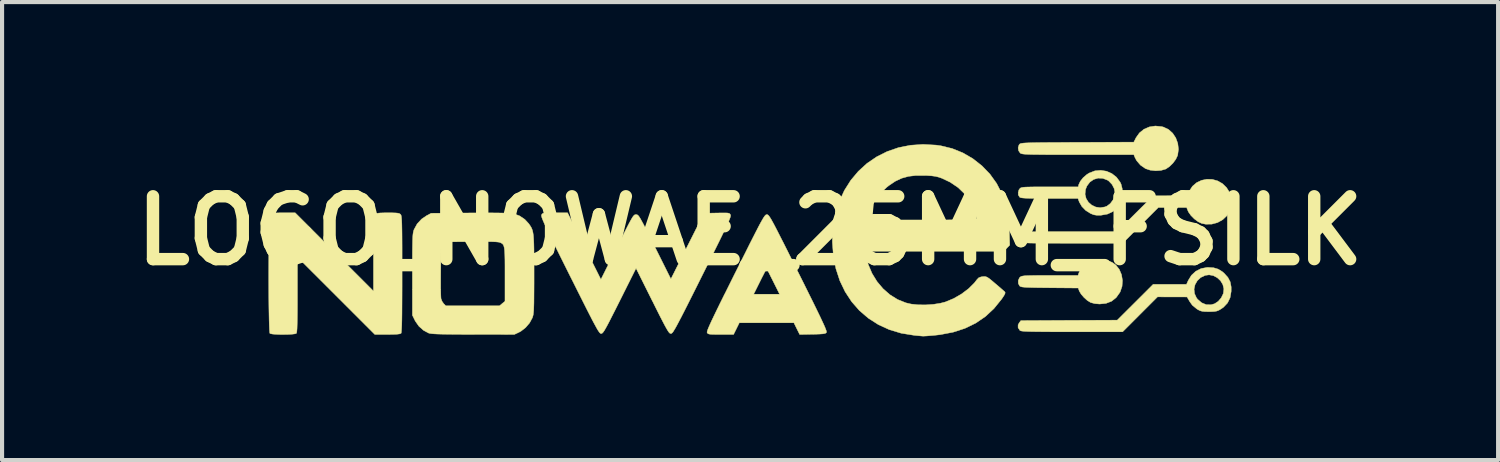
<source format=kicad_pcb>
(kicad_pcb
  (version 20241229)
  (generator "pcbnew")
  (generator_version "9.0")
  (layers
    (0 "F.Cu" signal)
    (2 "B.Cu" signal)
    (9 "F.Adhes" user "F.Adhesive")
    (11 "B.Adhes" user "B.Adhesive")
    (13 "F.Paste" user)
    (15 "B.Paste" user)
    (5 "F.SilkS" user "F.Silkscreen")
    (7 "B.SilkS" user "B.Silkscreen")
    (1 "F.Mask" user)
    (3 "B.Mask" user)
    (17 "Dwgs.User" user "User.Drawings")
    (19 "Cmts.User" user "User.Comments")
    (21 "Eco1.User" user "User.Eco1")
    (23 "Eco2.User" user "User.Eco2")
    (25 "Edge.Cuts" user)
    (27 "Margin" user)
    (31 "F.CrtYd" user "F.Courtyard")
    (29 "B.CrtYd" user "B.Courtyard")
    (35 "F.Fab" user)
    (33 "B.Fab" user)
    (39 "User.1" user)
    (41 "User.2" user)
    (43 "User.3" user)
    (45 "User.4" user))
  (footprint "LOGO_NOWAE_25MM_FSILK"
    (layer "F.Cu")
    (at 15.138 2.544)
    (property "Reference" "LOGO_NOWAE_25MM_FSILK" (at 0 0 0) (layer "F.SilkS") (effects (font (size 1.524 1.524) (thickness 0.3))))
    (attr through_hole)
    (fp_poly (pts (xy 8.651 0.718) (xy 8.777 0.767) (xy 8.868 0.831) (xy 8.952 0.937) (xy 9.007 1.066) (xy 9.03 1.207) (xy 9.02 1.349) (xy 8.975 1.482) (xy 8.967 1.496) (xy 8.878 1.621) (xy 8.767 1.71) (xy 8.632 1.762) (xy 8.476 1.778) (xy 8.359 1.768) (xy 8.261 1.742) (xy 8.253 1.738) (xy 8.176 1.69) (xy 8.097 1.619) (xy 8.028 1.539) (xy 7.983 1.464) (xy 7.979 1.452) (xy 7.957 1.39) (xy 7.265 1.384) (xy 7.072 1.382) (xy 6.917 1.38) (xy 6.796 1.377) (xy 6.705 1.374) (xy 6.639 1.369) (xy 6.594 1.364) (xy 6.564 1.356) (xy 6.545 1.347) (xy 6.537 1.34) (xy 6.505 1.281) (xy 6.503 1.21) (xy 6.53 1.145) (xy 6.549 1.125) (xy 6.566 1.113) (xy 6.588 1.104) (xy 6.621 1.098) (xy 6.668 1.092) (xy 6.736 1.089) (xy 6.828 1.087) (xy 6.95 1.085) (xy 7.106 1.085) (xy 7.275 1.085) (xy 7.952 1.085) (xy 7.977 1.014) (xy 8.021 0.935) (xy 8.092 0.853) (xy 8.177 0.78) (xy 8.253 0.735) (xy 8.376 0.7) (xy 8.512 0.695) (xy 8.651 0.718)) (stroke (width 0.01) (type solid)) (fill yes) (layer "F.SilkS"))
    (fp_poly (pts (xy 9.98 -2.524) (xy 10.024 -2.513) (xy 10.146 -2.455) (xy 10.247 -2.365) (xy 10.323 -2.25) (xy 10.371 -2.118) (xy 10.388 -1.976) (xy 10.369 -1.833) (xy 10.364 -1.818) (xy 10.322 -1.73) (xy 10.254 -1.638) (xy 10.17 -1.556) (xy 10.085 -1.498) (xy 10.076 -1.494) (xy 9.964 -1.462) (xy 9.833 -1.453) (xy 9.703 -1.468) (xy 9.59 -1.505) (xy 9.585 -1.508) (xy 9.467 -1.59) (xy 9.374 -1.698) (xy 9.334 -1.773) (xy 9.305 -1.844) (xy 7.952 -1.844) (xy 7.675 -1.844) (xy 7.439 -1.844) (xy 7.24 -1.844) (xy 7.074 -1.845) (xy 6.938 -1.847) (xy 6.83 -1.848) (xy 6.745 -1.851) (xy 6.68 -1.854) (xy 6.633 -1.858) (xy 6.599 -1.863) (xy 6.576 -1.869) (xy 6.56 -1.876) (xy 6.549 -1.884) (xy 6.511 -1.94) (xy 6.5 -2.01) (xy 6.52 -2.077) (xy 6.537 -2.1) (xy 6.547 -2.107) (xy 6.564 -2.114) (xy 6.59 -2.119) (xy 6.629 -2.124) (xy 6.684 -2.128) (xy 6.758 -2.131) (xy 6.854 -2.134) (xy 6.976 -2.136) (xy 7.127 -2.138) (xy 7.31 -2.139) (xy 7.529 -2.14) (xy 7.785 -2.142) (xy 7.939 -2.142) (xy 9.305 -2.148) (xy 9.359 -2.255) (xy 9.442 -2.372) (xy 9.552 -2.461) (xy 9.683 -2.517) (xy 9.827 -2.539) (xy 9.98 -2.524)) (stroke (width 0.01) (type solid)) (fill yes) (layer "F.SilkS"))
    (fp_poly (pts (xy 11.209 -1.244) (xy 11.337 -1.208) (xy 11.454 -1.142) (xy 11.553 -1.046) (xy 11.61 -0.956) (xy 11.652 -0.838) (xy 11.671 -0.707) (xy 11.664 -0.58) (xy 11.64 -0.491) (xy 11.565 -0.366) (xy 11.461 -0.267) (xy 11.335 -0.197) (xy 11.194 -0.159) (xy 11.046 -0.158) (xy 10.949 -0.178) (xy 10.864 -0.218) (xy 10.773 -0.286) (xy 10.692 -0.367) (xy 10.633 -0.45) (xy 10.62 -0.477) (xy 10.585 -0.564) (xy 9.901 -0.564) (xy 9.468 -0.13) (xy 9.035 0.304) (xy 7.807 0.304) (xy 7.545 0.304) (xy 7.323 0.303) (xy 7.138 0.303) (xy 6.986 0.302) (xy 6.863 0.301) (xy 6.767 0.299) (xy 6.693 0.296) (xy 6.639 0.293) (xy 6.601 0.288) (xy 6.575 0.282) (xy 6.558 0.275) (xy 6.547 0.267) (xy 6.54 0.26) (xy 6.508 0.201) (xy 6.502 0.133) (xy 6.52 0.074) (xy 6.54 0.051) (xy 6.556 0.044) (xy 6.587 0.039) (xy 6.636 0.034) (xy 6.706 0.03) (xy 6.801 0.027) (xy 6.922 0.025) (xy 7.075 0.024) (xy 7.261 0.022) (xy 7.485 0.022) (xy 7.742 0.022) (xy 8.903 0.022) (xy 9.338 -0.412) (xy 9.774 -0.846) (xy 10.185 -0.847) (xy 10.596 -0.848) (xy 10.65 -0.961) (xy 10.728 -1.079) (xy 10.83 -1.166) (xy 10.949 -1.222) (xy 11.078 -1.248) (xy 11.209 -1.244)) (stroke (width 0.01) (type solid)) (fill yes) (layer "F.SilkS"))
    (fp_poly (pts (xy 8.644 -1.442) (xy 8.773 -1.385) (xy 8.885 -1.297) (xy 8.971 -1.181) (xy 8.996 -1.13) (xy 9.023 -1.024) (xy 9.029 -0.901) (xy 9.014 -0.779) (xy 8.987 -0.694) (xy 8.908 -0.563) (xy 8.801 -0.466) (xy 8.667 -0.403) (xy 8.509 -0.375) (xy 8.503 -0.374) (xy 8.409 -0.374) (xy 8.335 -0.386) (xy 8.259 -0.416) (xy 8.253 -0.419) (xy 8.138 -0.492) (xy 8.045 -0.588) (xy 7.982 -0.697) (xy 7.98 -0.704) (xy 7.952 -0.781) (xy 7.266 -0.781) (xy 7.066 -0.781) (xy 6.905 -0.782) (xy 6.78 -0.785) (xy 6.685 -0.788) (xy 6.617 -0.793) (xy 6.572 -0.799) (xy 6.546 -0.807) (xy 6.54 -0.81) (xy 6.509 -0.857) (xy 6.506 -0.884) (xy 8.123 -0.884) (xy 8.149 -0.78) (xy 8.205 -0.69) (xy 8.285 -0.62) (xy 8.382 -0.574) (xy 8.49 -0.558) (xy 8.602 -0.576) (xy 8.655 -0.597) (xy 8.737 -0.66) (xy 8.803 -0.75) (xy 8.842 -0.852) (xy 8.85 -0.914) (xy 8.83 -1.02) (xy 8.778 -1.121) (xy 8.7 -1.203) (xy 8.667 -1.226) (xy 8.553 -1.27) (xy 8.439 -1.275) (xy 8.332 -1.243) (xy 8.239 -1.178) (xy 8.168 -1.084) (xy 8.134 -0.997) (xy 8.123 -0.884) (xy 6.506 -0.884) (xy 6.501 -0.923) (xy 6.519 -0.989) (xy 6.54 -1.019) (xy 6.552 -1.031) (xy 6.569 -1.041) (xy 6.594 -1.048) (xy 6.633 -1.054) (xy 6.69 -1.058) (xy 6.769 -1.06) (xy 6.876 -1.062) (xy 7.016 -1.063) (xy 7.192 -1.063) (xy 7.267 -1.063) (xy 7.956 -1.063) (xy 7.968 -1.113) (xy 8.007 -1.197) (xy 8.075 -1.283) (xy 8.163 -1.36) (xy 8.223 -1.398) (xy 8.361 -1.451) (xy 8.504 -1.464) (xy 8.644 -1.442)) (stroke (width 0.01) (type solid)) (fill yes) (layer "F.SilkS"))
    (fp_poly (pts (xy 11.241 0.899) (xy 11.351 0.932) (xy 11.449 0.992) (xy 11.498 1.034) (xy 11.588 1.135) (xy 11.643 1.241) (xy 11.666 1.364) (xy 11.666 1.471) (xy 11.64 1.624) (xy 11.578 1.752) (xy 11.48 1.856) (xy 11.421 1.897) (xy 11.365 1.93) (xy 11.315 1.949) (xy 11.257 1.959) (xy 11.178 1.963) (xy 11.127 1.963) (xy 11.032 1.962) (xy 10.966 1.955) (xy 10.914 1.941) (xy 10.862 1.915) (xy 10.833 1.897) (xy 10.724 1.807) (xy 10.661 1.719) (xy 10.596 1.607) (xy 9.88 1.605) (xy 9.457 2.028) (xy 9.035 2.451) (xy 7.805 2.451) (xy 7.539 2.451) (xy 7.314 2.451) (xy 7.125 2.45) (xy 6.969 2.448) (xy 6.844 2.447) (xy 6.746 2.444) (xy 6.671 2.441) (xy 6.617 2.437) (xy 6.58 2.432) (xy 6.557 2.426) (xy 6.544 2.42) (xy 6.543 2.418) (xy 6.499 2.352) (xy 6.499 2.284) (xy 6.524 2.237) (xy 6.566 2.18) (xy 7.735 2.174) (xy 8.903 2.169) (xy 9.339 1.735) (xy 9.658 1.417) (xy 10.766 1.417) (xy 10.778 1.526) (xy 10.826 1.63) (xy 10.852 1.663) (xy 10.951 1.748) (xy 11.06 1.793) (xy 11.177 1.796) (xy 11.265 1.771) (xy 11.351 1.714) (xy 11.425 1.628) (xy 11.475 1.525) (xy 11.477 1.517) (xy 11.489 1.41) (xy 11.464 1.307) (xy 11.409 1.215) (xy 11.33 1.141) (xy 11.235 1.09) (xy 11.131 1.07) (xy 11.037 1.083) (xy 10.927 1.135) (xy 10.844 1.214) (xy 10.789 1.311) (xy 10.766 1.417) (xy 9.658 1.417) (xy 9.774 1.301) (xy 10.583 1.301) (xy 10.624 1.209) (xy 10.702 1.082) (xy 10.809 0.983) (xy 10.938 0.918) (xy 11.081 0.891) (xy 11.106 0.89) (xy 11.241 0.899)) (stroke (width 0.01) (type solid)) (fill yes) (layer "F.SilkS"))
    (fp_poly (pts (xy 0.419 -0.389) (xy 0.431 -0.384) (xy 0.446 -0.371) (xy 0.464 -0.349) (xy 0.487 -0.315) (xy 0.517 -0.266) (xy 0.554 -0.199) (xy 0.6 -0.113) (xy 0.657 -0.003) (xy 0.725 0.131) (xy 0.808 0.293) (xy 0.905 0.486) (xy 1.018 0.713) (xy 1.149 0.975) (xy 1.171 1.019) (xy 1.309 1.294) (xy 1.427 1.533) (xy 1.529 1.738) (xy 1.614 1.912) (xy 1.684 2.056) (xy 1.74 2.175) (xy 1.784 2.269) (xy 1.816 2.342) (xy 1.837 2.396) (xy 1.85 2.433) (xy 1.854 2.457) (xy 1.852 2.467) (xy 1.837 2.483) (xy 1.811 2.493) (xy 1.766 2.501) (xy 1.695 2.506) (xy 1.592 2.51) (xy 1.516 2.511) (xy 1.203 2.517) (xy 1.133 2.376) (xy 1.063 2.234) (xy -0.261 2.234) (xy -0.33 2.375) (xy -0.4 2.516) (xy -0.709 2.516) (xy -0.831 2.516) (xy -0.917 2.514) (xy -0.974 2.51) (xy -1.009 2.502) (xy -1.029 2.49) (xy -1.041 2.473) (xy -1.043 2.46) (xy -1.038 2.436) (xy -1.026 2.399) (xy -1.005 2.346) (xy -0.973 2.274) (xy -0.931 2.182) (xy -0.876 2.067) (xy -0.808 1.926) (xy -0.725 1.756) (xy -0.626 1.556) (xy -0.617 1.54) (xy 0.087 1.54) (xy 0.716 1.54) (xy 0.562 1.231) (xy 0.509 1.126) (xy 0.464 1.036) (xy 0.429 0.967) (xy 0.408 0.926) (xy 0.403 0.917) (xy 0.393 0.934) (xy 0.367 0.984) (xy 0.328 1.059) (xy 0.279 1.154) (xy 0.243 1.227) (xy 0.087 1.54) (xy -0.617 1.54) (xy -0.509 1.323) (xy -0.375 1.053) (xy -0.358 1.02) (xy -0.224 0.752) (xy -0.108 0.521) (xy -0.009 0.322) (xy 0.076 0.155) (xy 0.147 0.016) (xy 0.205 -0.097) (xy 0.253 -0.187) (xy 0.292 -0.256) (xy 0.322 -0.308) (xy 0.346 -0.344) (xy 0.365 -0.368) (xy 0.38 -0.382) (xy 0.393 -0.389) (xy 0.405 -0.39) (xy 0.407 -0.39) (xy 0.419 -0.389)) (stroke (width 0.01) (type solid)) (fill yes) (layer "F.SilkS"))
    (fp_poly (pts (xy -10.081 0.515) (xy -9.132 1.464) (xy -9.132 0.551) (xy -9.132 0.327) (xy -9.131 0.143) (xy -9.131 -0.006) (xy -9.129 -0.123) (xy -9.127 -0.213) (xy -9.123 -0.28) (xy -9.119 -0.327) (xy -9.113 -0.359) (xy -9.106 -0.38) (xy -9.097 -0.393) (xy -9.092 -0.398) (xy -9.067 -0.413) (xy -9.029 -0.424) (xy -8.968 -0.43) (xy -8.878 -0.433) (xy -8.781 -0.434) (xy -8.665 -0.433) (xy -8.585 -0.43) (xy -8.532 -0.424) (xy -8.499 -0.414) (xy -8.477 -0.398) (xy -8.474 -0.394) (xy -8.466 -0.383) (xy -8.46 -0.366) (xy -8.455 -0.338) (xy -8.451 -0.297) (xy -8.447 -0.24) (xy -8.444 -0.164) (xy -8.442 -0.065) (xy -8.44 0.06) (xy -8.439 0.213) (xy -8.438 0.398) (xy -8.438 0.619) (xy -8.438 0.878) (xy -8.438 1.055) (xy -8.438 1.355) (xy -8.439 1.613) (xy -8.44 1.834) (xy -8.441 2.017) (xy -8.443 2.167) (xy -8.446 2.286) (xy -8.45 2.375) (xy -8.454 2.437) (xy -8.458 2.475) (xy -8.464 2.49) (xy -8.496 2.502) (xy -8.567 2.511) (xy -8.678 2.515) (xy -8.794 2.516) (xy -9.099 2.516) (xy -10.037 1.578) (xy -10.976 0.64) (xy -10.976 1.552) (xy -10.976 1.792) (xy -10.977 1.991) (xy -10.979 2.152) (xy -10.982 2.279) (xy -10.985 2.373) (xy -10.99 2.438) (xy -10.996 2.477) (xy -11.002 2.49) (xy -11.034 2.501) (xy -11.1 2.509) (xy -11.189 2.515) (xy -11.291 2.517) (xy -11.396 2.517) (xy -11.494 2.513) (xy -11.575 2.507) (xy -11.629 2.497) (xy -11.644 2.49) (xy -11.649 2.463) (xy -11.654 2.398) (xy -11.658 2.298) (xy -11.662 2.167) (xy -11.665 2.011) (xy -11.668 1.834) (xy -11.67 1.64) (xy -11.671 1.433) (xy -11.672 1.219) (xy -11.672 1) (xy -11.671 0.783) (xy -11.67 0.571) (xy -11.669 0.368) (xy -11.667 0.18) (xy -11.664 0.01) (xy -11.661 -0.137) (xy -11.657 -0.256) (xy -11.652 -0.344) (xy -11.647 -0.396) (xy -11.644 -0.408) (xy -11.61 -0.42) (xy -11.537 -0.429) (xy -11.424 -0.433) (xy -11.324 -0.434) (xy -11.03 -0.434) (xy -10.081 0.515)) (stroke (width 0.01) (type solid)) (fill yes) (layer "F.SilkS"))
    (fp_poly (pts (xy -6.093 -0.43) (xy -5.943 -0.427) (xy -5.832 -0.423) (xy -5.758 -0.417) (xy -5.734 -0.413) (xy -5.592 -0.361) (xy -5.463 -0.275) (xy -5.365 -0.169) (xy -5.336 -0.127) (xy -5.312 -0.089) (xy -5.292 -0.049) (xy -5.276 -0.004) (xy -5.264 0.05) (xy -5.254 0.119) (xy -5.248 0.205) (xy -5.243 0.314) (xy -5.24 0.449) (xy -5.239 0.616) (xy -5.238 0.817) (xy -5.238 1.052) (xy -5.238 1.282) (xy -5.239 1.473) (xy -5.24 1.629) (xy -5.241 1.754) (xy -5.244 1.853) (xy -5.247 1.93) (xy -5.252 1.988) (xy -5.257 2.033) (xy -5.265 2.067) (xy -5.274 2.097) (xy -5.28 2.114) (xy -5.346 2.236) (xy -5.443 2.349) (xy -5.557 2.438) (xy -5.607 2.465) (xy -5.716 2.516) (xy -6.713 2.514) (xy -6.958 2.514) (xy -7.163 2.513) (xy -7.332 2.511) (xy -7.468 2.509) (xy -7.576 2.506) (xy -7.658 2.502) (xy -7.72 2.497) (xy -7.763 2.491) (xy -7.793 2.483) (xy -7.796 2.482) (xy -7.919 2.416) (xy -8.03 2.317) (xy -8.116 2.195) (xy -8.127 2.174) (xy -8.188 2.05) (xy -8.188 1.29) (xy -7.502 1.29) (xy -7.502 1.422) (xy -7.5 1.529) (xy -7.497 1.606) (xy -7.494 1.646) (xy -7.468 1.714) (xy -7.429 1.77) (xy -7.377 1.822) (xy -6.077 1.822) (xy -6.01 1.766) (xy -5.943 1.71) (xy -5.943 1.055) (xy -5.943 0.859) (xy -5.944 0.703) (xy -5.947 0.58) (xy -5.952 0.487) (xy -5.96 0.418) (xy -5.972 0.37) (xy -5.988 0.336) (xy -6.01 0.314) (xy -6.038 0.297) (xy -6.069 0.284) (xy -6.105 0.276) (xy -6.172 0.27) (xy -6.271 0.266) (xy -6.406 0.264) (xy -6.579 0.263) (xy -6.752 0.265) (xy -7.374 0.271) (xy -7.494 0.391) (xy -7.501 0.982) (xy -7.502 1.142) (xy -7.502 1.29) (xy -8.188 1.29) (xy -8.188 1.063) (xy -8.188 0.829) (xy -8.188 0.633) (xy -8.187 0.473) (xy -8.185 0.345) (xy -8.183 0.242) (xy -8.18 0.163) (xy -8.176 0.102) (xy -8.17 0.056) (xy -8.163 0.02) (xy -8.155 -0.009) (xy -8.147 -0.03) (xy -8.073 -0.165) (xy -7.965 -0.282) (xy -7.843 -0.365) (xy -7.733 -0.423) (xy -6.789 -0.43) (xy -6.515 -0.432) (xy -6.284 -0.432) (xy -6.093 -0.43)) (stroke (width 0.01) (type solid)) (fill yes) (layer "F.SilkS"))
    (fp_poly (pts (xy -3.617 1.182) (xy -3.224 0.396) (xy -3.126 0.201) (xy -3.046 0.041) (xy -2.981 -0.087) (xy -2.929 -0.187) (xy -2.888 -0.262) (xy -2.857 -0.316) (xy -2.832 -0.352) (xy -2.812 -0.374) (xy -2.795 -0.386) (xy -2.78 -0.39) (xy -2.765 -0.39) (xy -2.749 -0.39) (xy -2.733 -0.384) (xy -2.716 -0.372) (xy -2.695 -0.347) (xy -2.67 -0.309) (xy -2.637 -0.251) (xy -2.594 -0.172) (xy -2.54 -0.068) (xy -2.473 0.066) (xy -2.389 0.232) (xy -2.31 0.39) (xy -1.92 1.171) (xy -1.117 -0.423) (xy -0.808 -0.429) (xy -0.686 -0.431) (xy -0.601 -0.431) (xy -0.545 -0.429) (xy -0.511 -0.422) (xy -0.492 -0.411) (xy -0.48 -0.394) (xy -0.475 -0.384) (xy -0.472 -0.371) (xy -0.474 -0.35) (xy -0.482 -0.32) (xy -0.498 -0.278) (xy -0.522 -0.221) (xy -0.555 -0.145) (xy -0.6 -0.05) (xy -0.657 0.069) (xy -0.727 0.213) (xy -0.812 0.385) (xy -0.913 0.588) (xy -1.031 0.825) (xy -1.159 1.081) (xy -1.293 1.35) (xy -1.41 1.583) (xy -1.51 1.782) (xy -1.595 1.95) (xy -1.667 2.09) (xy -1.726 2.203) (xy -1.774 2.294) (xy -1.813 2.364) (xy -1.844 2.415) (xy -1.867 2.452) (xy -1.886 2.475) (xy -1.901 2.488) (xy -1.913 2.494) (xy -1.92 2.494) (xy -1.934 2.492) (xy -1.951 2.482) (xy -1.97 2.461) (xy -1.994 2.426) (xy -2.026 2.372) (xy -2.067 2.298) (xy -2.119 2.199) (xy -2.185 2.071) (xy -2.265 1.912) (xy -2.362 1.717) (xy -2.37 1.703) (xy -2.765 0.911) (xy -3.161 1.703) (xy -3.26 1.9) (xy -3.342 2.061) (xy -3.408 2.191) (xy -3.461 2.292) (xy -3.503 2.368) (xy -3.535 2.423) (xy -3.56 2.459) (xy -3.58 2.481) (xy -3.596 2.492) (xy -3.611 2.494) (xy -3.612 2.494) (xy -3.623 2.492) (xy -3.636 2.484) (xy -3.652 2.467) (xy -3.673 2.438) (xy -3.7 2.396) (xy -3.733 2.337) (xy -3.776 2.258) (xy -3.829 2.159) (xy -3.893 2.034) (xy -3.97 1.883) (xy -4.061 1.702) (xy -4.168 1.489) (xy -4.292 1.241) (xy -4.373 1.081) (xy -4.508 0.81) (xy -4.625 0.575) (xy -4.725 0.373) (xy -4.809 0.202) (xy -4.879 0.059) (xy -4.935 -0.058) (xy -4.979 -0.152) (xy -5.012 -0.226) (xy -5.035 -0.282) (xy -5.05 -0.324) (xy -5.057 -0.353) (xy -5.059 -0.372) (xy -5.056 -0.383) (xy -5.046 -0.403) (xy -5.03 -0.417) (xy -5.002 -0.426) (xy -4.955 -0.431) (xy -4.882 -0.433) (xy -4.774 -0.434) (xy -4.729 -0.434) (xy -4.425 -0.434) (xy -3.617 1.182)) (stroke (width 0.01) (type solid)) (fill yes) (layer "F.SilkS"))
    (fp_poly (pts (xy 4.516 -2.075) (xy 4.631 -2.058) (xy 4.902 -1.992) (xy 5.161 -1.887) (xy 5.402 -1.747) (xy 5.622 -1.574) (xy 5.816 -1.373) (xy 5.979 -1.146) (xy 6.107 -0.898) (xy 6.113 -0.885) (xy 6.172 -0.733) (xy 6.216 -0.595) (xy 6.247 -0.457) (xy 6.267 -0.308) (xy 6.28 -0.135) (xy 6.285 -0.015) (xy 6.296 0.35) (xy 6.224 0.424) (xy 6.152 0.499) (xy 2.794 0.499) (xy 2.809 0.591) (xy 2.866 0.82) (xy 2.957 1.035) (xy 3.078 1.232) (xy 3.224 1.406) (xy 3.392 1.553) (xy 3.578 1.669) (xy 3.778 1.749) (xy 3.906 1.779) (xy 4.074 1.797) (xy 4.259 1.799) (xy 4.445 1.786) (xy 4.616 1.759) (xy 4.739 1.727) (xy 4.938 1.644) (xy 5.127 1.535) (xy 5.297 1.407) (xy 5.439 1.266) (xy 5.502 1.185) (xy 5.543 1.142) (xy 5.6 1.12) (xy 5.641 1.114) (xy 5.682 1.111) (xy 5.717 1.115) (xy 5.753 1.13) (xy 5.799 1.16) (xy 5.861 1.21) (xy 5.943 1.28) (xy 6.025 1.349) (xy 6.096 1.411) (xy 6.149 1.457) (xy 6.177 1.482) (xy 6.177 1.483) (xy 6.186 1.503) (xy 6.178 1.535) (xy 6.148 1.587) (xy 6.098 1.661) (xy 5.913 1.889) (xy 5.704 2.083) (xy 5.47 2.242) (xy 5.211 2.368) (xy 4.924 2.461) (xy 4.61 2.521) (xy 4.459 2.538) (xy 4.359 2.546) (xy 4.273 2.553) (xy 4.211 2.556) (xy 4.186 2.556) (xy 4.15 2.553) (xy 4.084 2.547) (xy 4 2.539) (xy 3.974 2.536) (xy 3.665 2.486) (xy 3.376 2.399) (xy 3.11 2.277) (xy 2.868 2.122) (xy 2.652 1.937) (xy 2.464 1.722) (xy 2.305 1.48) (xy 2.177 1.213) (xy 2.082 0.923) (xy 2.021 0.612) (xy 1.996 0.281) (xy 1.996 0.227) (xy 2.015 -0.104) (xy 2.043 -0.26) (xy 2.815 -0.26) (xy 4.151 -0.26) (xy 4.43 -0.26) (xy 4.669 -0.261) (xy 4.87 -0.262) (xy 5.036 -0.263) (xy 5.171 -0.264) (xy 5.278 -0.267) (xy 5.359 -0.27) (xy 5.417 -0.273) (xy 5.456 -0.277) (xy 5.479 -0.283) (xy 5.487 -0.289) (xy 5.488 -0.291) (xy 5.479 -0.344) (xy 5.456 -0.423) (xy 5.424 -0.515) (xy 5.387 -0.607) (xy 5.35 -0.685) (xy 5.339 -0.705) (xy 5.21 -0.886) (xy 5.046 -1.045) (xy 4.853 -1.176) (xy 4.653 -1.271) (xy 4.572 -1.299) (xy 4.494 -1.318) (xy 4.405 -1.33) (xy 4.291 -1.338) (xy 4.245 -1.34) (xy 4.029 -1.34) (xy 3.842 -1.318) (xy 3.676 -1.272) (xy 3.521 -1.199) (xy 3.368 -1.096) (xy 3.311 -1.051) (xy 3.193 -0.938) (xy 3.08 -0.8) (xy 2.978 -0.65) (xy 2.895 -0.497) (xy 2.839 -0.354) (xy 2.829 -0.32) (xy 2.815 -0.26) (xy 2.043 -0.26) (xy 2.071 -0.416) (xy 2.163 -0.708) (xy 2.287 -0.977) (xy 2.442 -1.222) (xy 2.625 -1.44) (xy 2.834 -1.631) (xy 3.068 -1.791) (xy 3.323 -1.919) (xy 3.597 -2.014) (xy 3.889 -2.072) (xy 4.196 -2.093) (xy 4.516 -2.075)) (stroke (width 0.01) (type solid)) (fill yes) (layer "F.SilkS")))
  (gr_rect
    (start -3 -3)
    (end 33.277 8.106)
    (stroke (width 0.1) (type default))
    (fill no)
    (layer "Edge.Cuts")))
</source>
